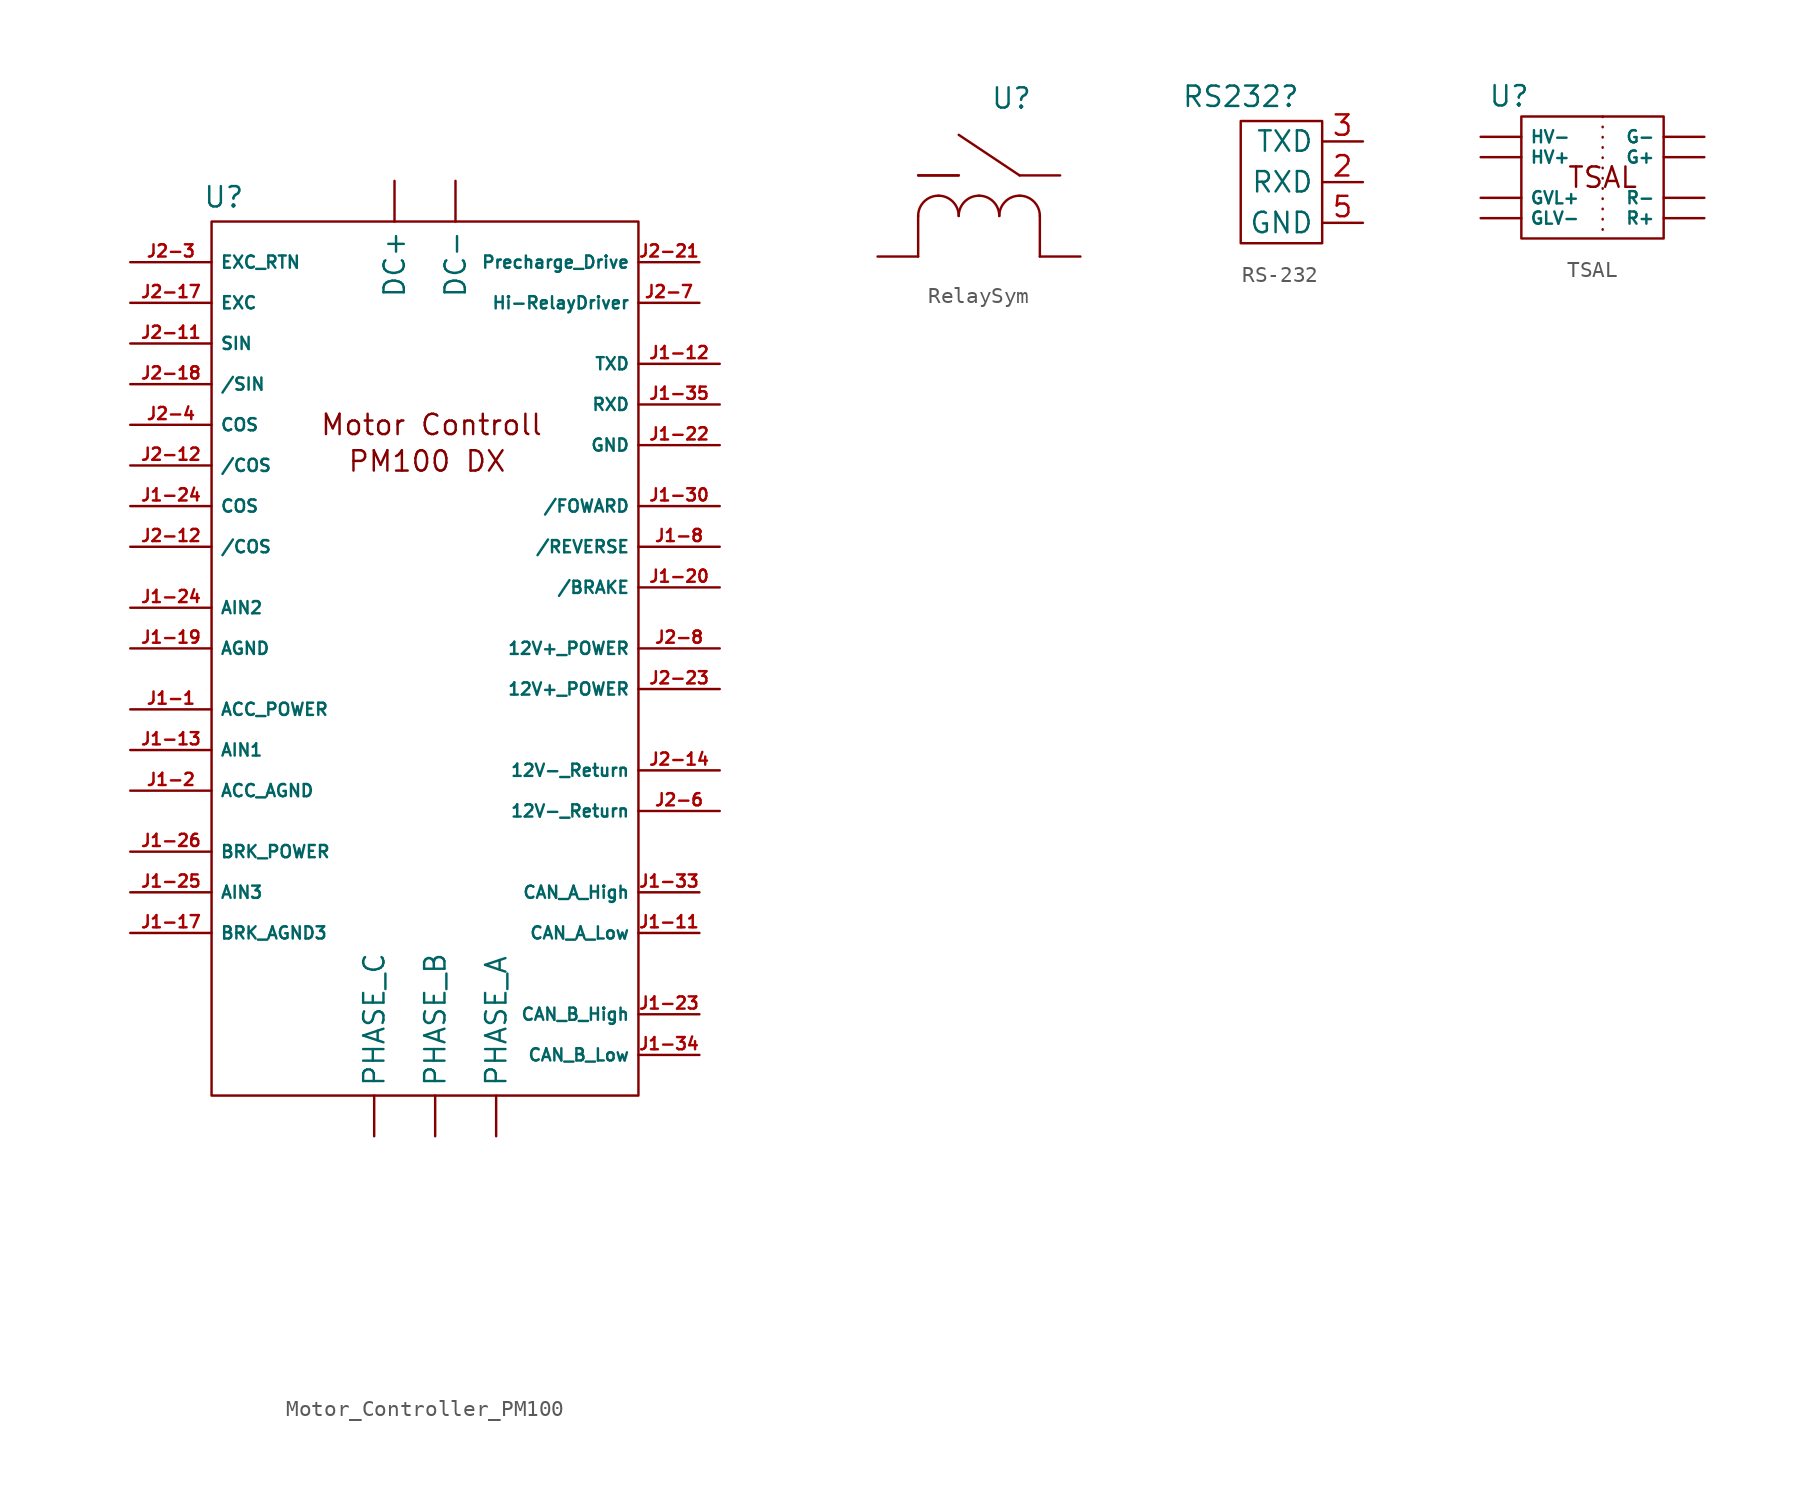
<source format=kicad_sym>
(kicad_symbol_lib
  (version 20231120)
  (generator "kicad_symbol_editor")
  (generator_version "8.0")
  (symbol "Motor_Controller_PM100"
    (property "Reference" "U"
      (at -13.208 24.384 0)
      (effects (font (size 1.27 1.27))))
    (property "Value" ""
      (at -10.16 -43.18 0)
      (effects (font (size 1.27 1.27))))
    (symbol "Motor_Controller_PM100_0_1"
      (rectangle (start -13.97 22.86) (end 12.7 -31.75) (stroke (width 0) (type default)) (fill (type none))))
    (symbol "Motor_Controller_PM100_1_1"
      (text "Motor Controll \n" (at 0.254 10.16 0) (effects (font (size 1.27 1.27))))
      (text "PM100 DX\n\n" (at -0.508 6.858 0) (effects (font (size 1.27 1.27))))
      (pin input line (at -2.54 25.4 270) (length 2.54) (name "DC+" (effects (font (size 1.27 1.27)))) (number "" (effects (font (size 1.27 1.27)))))
      (pin input line (at 1.27 25.4 270) (length 2.54) (name "DC-" (effects (font (size 1.27 1.27)))) (number "" (effects (font (size 1.27 1.27)))))
      (pin output line (at 3.81 -34.29 90) (length 2.54) (name "PHASE_A" (effects (font (size 1.27 1.27)))) (number "" (effects (font (size 1.27 1.27)))))
      (pin output line (at 0 -34.29 90) (length 2.54) (name "PHASE_B" (effects (font (size 1.27 1.27)))) (number "" (effects (font (size 1.27 1.27)))))
      (pin output line (at -3.81 -34.29 90) (length 2.54) (name "PHASE_C" (effects (font (size 1.27 1.27)))) (number "" (effects (font (size 1.27 1.27)))))
      (pin bidirectional line (at -19.05 -7.62 0) (length 5.08) (name "ACC_POWER" (effects (font (size 0.762 0.762)))) (number "J1-1" (effects (font (size 0.762 0.762)))))
      (pin bidirectional line (at 16.51 -21.59 180) (length 3.81) (name "CAN_A_Low" (effects (font (size 0.762 0.762)))) (number "J1-11" (effects (font (size 0.762 0.762)))))
      (pin bidirectional line (at 17.78 13.97 180) (length 5.08) (name "TXD" (effects (font (size 0.762 0.762)))) (number "J1-12" (effects (font (size 0.762 0.762)))))
      (pin bidirectional line (at -19.05 -10.16 0) (length 5.08) (name "AIN1" (effects (font (size 0.762 0.762)))) (number "J1-13" (effects (font (size 0.762 0.762)))))
      (pin bidirectional line (at -19.05 -21.59 0) (length 5.08) (name "BRK_AGND3" (effects (font (size 0.762 0.762)))) (number "J1-17" (effects (font (size 0.762 0.762)))))
      (pin bidirectional line (at -19.05 -3.81 0) (length 5.08) (name "AGND" (effects (font (size 0.762 0.762)))) (number "J1-19" (effects (font (size 0.762 0.762)))))
      (pin bidirectional line (at -19.05 -12.7 0) (length 5.08) (name "ACC_AGND" (effects (font (size 0.762 0.762)))) (number "J1-2" (effects (font (size 0.762 0.762)))))
      (pin input line (at 17.78 0 180) (length 5.08) (name "/BRAKE" (effects (font (size 0.762 0.762)))) (number "J1-20" (effects (font (size 0.762 0.762)))))
      (pin bidirectional line (at 17.78 8.89 180) (length 5.08) (name "GND" (effects (font (size 0.762 0.762)))) (number "J1-22" (effects (font (size 0.762 0.762)))))
      (pin bidirectional line (at 16.51 -26.67 180) (length 3.81) (name "CAN_B_High" (effects (font (size 0.762 0.762)))) (number "J1-23" (effects (font (size 0.762 0.762)))))
      (pin bidirectional line (at -19.05 -1.27 0) (length 5.08) (name "AIN2" (effects (font (size 0.762 0.762)))) (number "J1-24" (effects (font (size 0.762 0.762)))))
      (pin bidirectional line (at -19.05 5.08 0) (length 5.08) (name "COS" (effects (font (size 0.762 0.762)))) (number "J1-24" (effects (font (size 0.762 0.762)))))
      (pin bidirectional line (at -19.05 -19.05 0) (length 5.08) (name "AIN3" (effects (font (size 0.762 0.762)))) (number "J1-25" (effects (font (size 0.762 0.762)))))
      (pin bidirectional line (at -19.05 -16.51 0) (length 5.08) (name "BRK_POWER" (effects (font (size 0.762 0.762)))) (number "J1-26" (effects (font (size 0.762 0.762)))))
      (pin input line (at 17.78 5.08 180) (length 5.08) (name "/FOWARD" (effects (font (size 0.762 0.762)))) (number "J1-30" (effects (font (size 0.762 0.762)))))
      (pin bidirectional line (at 16.51 -19.05 180) (length 3.81) (name "CAN_A_High" (effects (font (size 0.762 0.762)))) (number "J1-33" (effects (font (size 0.762 0.762)))))
      (pin bidirectional line (at 16.51 -29.21 180) (length 3.81) (name "CAN_B_Low" (effects (font (size 0.762 0.762)))) (number "J1-34" (effects (font (size 0.762 0.762)))))
      (pin bidirectional line (at 17.78 11.43 180) (length 5.08) (name "RXD" (effects (font (size 0.762 0.762)))) (number "J1-35" (effects (font (size 0.762 0.762)))))
      (pin input line (at 17.78 2.54 180) (length 5.08) (name "/REVERSE" (effects (font (size 0.762 0.762)))) (number "J1-8" (effects (font (size 0.762 0.762)))))
      (pin bidirectional line (at -19.05 15.24 0) (length 5.08) (name "SIN" (effects (font (size 0.762 0.762)))) (number "J2-11" (effects (font (size 0.762 0.762)))))
      (pin bidirectional line (at -19.05 2.54 0) (length 5.08) (name "/COS" (effects (font (size 0.762 0.762)))) (number "J2-12" (effects (font (size 0.762 0.762)))))
      (pin bidirectional line (at -19.05 7.62 0) (length 5.08) (name "/COS" (effects (font (size 0.762 0.762)))) (number "J2-12" (effects (font (size 0.762 0.762)))))
      (pin bidirectional line (at 17.78 -11.43 180) (length 5.08) (name "12V-_Return" (effects (font (size 0.762 0.762)))) (number "J2-14" (effects (font (size 0.762 0.762)))))
      (pin bidirectional line (at -19.05 17.78 0) (length 5.08) (name "EXC" (effects (font (size 0.762 0.762)))) (number "J2-17" (effects (font (size 0.762 0.762)))))
      (pin bidirectional line (at -19.05 12.7 0) (length 5.08) (name "/SIN" (effects (font (size 0.762 0.762)))) (number "J2-18" (effects (font (size 0.762 0.762)))))
      (pin output line (at 16.51 20.32 180) (length 3.81) (name "Precharge_Drive" (effects (font (size 0.762 0.762)))) (number "J2-21" (effects (font (size 0.762 0.762)))))
      (pin bidirectional line (at 17.78 -6.35 180) (length 5.08) (name "12V+_POWER" (effects (font (size 0.762 0.762)))) (number "J2-23" (effects (font (size 0.762 0.762)))))
      (pin bidirectional line (at -19.05 20.32 0) (length 5.08) (name "EXC_RTN" (effects (font (size 0.762 0.762)))) (number "J2-3" (effects (font (size 0.762 0.762)))))
      (pin bidirectional line (at -19.05 10.16 0) (length 5.08) (name "COS" (effects (font (size 0.762 0.762)))) (number "J2-4" (effects (font (size 0.762 0.762)))))
      (pin bidirectional line (at 17.78 -13.97 180) (length 5.08) (name "12V-_Return" (effects (font (size 0.762 0.762)))) (number "J2-6" (effects (font (size 0.762 0.762)))))
      (pin output line (at 16.51 17.78 180) (length 3.81) (name "Hi-RelayDriver" (effects (font (size 0.762 0.762)))) (number "J2-7" (effects (font (size 0.762 0.762)))))
      (pin bidirectional line (at 17.78 -3.81 180) (length 5.08) (name "12V+_POWER" (effects (font (size 0.762 0.762)))) (number "J2-8" (effects (font (size 0.762 0.762)))))))
  (symbol "RelaySym"
    (property "Reference" "U"
      (at 2.032 4.826 0)
      (effects (font (size 1.27 1.27))))
    (property "Value" ""
      (at -5.08 0 0)
      (effects (font (size 1.27 1.27))))
    (symbol "RelaySym_0_1"
      (arc (start -2.54 -1.27) (mid -3.438 -1.642) (end -3.81 -2.54) (stroke (width 0) (type default)) (fill (type none)))
      (arc (start -1.27 -2.54) (mid -1.642 -1.642) (end -2.54 -1.27) (stroke (width 0) (type default)) (fill (type none)))
      (arc (start 0 -1.27) (mid -0.898 -1.642) (end -1.27 -2.54) (stroke (width 0) (type default)) (fill (type none)))
      (polyline (pts (xy -3.81 -2.54) (xy -3.81 -5.08)) (stroke (width 0) (type default)) (fill (type none)))
      (polyline (pts (xy -1.27 0) (xy -3.81 0)) (stroke (width 0) (type default)) (fill (type none)))
      (polyline (pts (xy 2.54 0) (xy -1.27 2.54)) (stroke (width 0) (type default)) (fill (type none)))
      (polyline (pts (xy 3.81 -2.54) (xy 3.81 -5.08)) (stroke (width 0) (type default)) (fill (type none)))
      (arc (start 1.27 -2.54) (mid 0.898 -1.642) (end 0 -1.27) (stroke (width 0) (type default)) (fill (type none)))
      (arc (start 2.54 -1.27) (mid 1.642 -1.642) (end 1.27 -2.54) (stroke (width 0) (type default)) (fill (type none)))
      (arc (start 3.81 -2.54) (mid 3.438 -1.642) (end 2.54 -1.27) (stroke (width 0) (type default)) (fill (type none))))
    (symbol "RelaySym_1_1"
      (pin bidirectional line (at -6.35 -5.08 0) (length 2.54) (name "" (effects (font (size 0.762 0.762)))) (number "" (effects (font (size 1.27 1.27)))))
      (pin bidirectional line (at -3.81 0 0) (length 2.54) (name "" (effects (font (size 0.762 0.762)))) (number "" (effects (font (size 1.27 1.27)))))
      (pin bidirectional line (at 5.08 0 180) (length 2.54) (name "" (effects (font (size 0.762 0.762)))) (number "" (effects (font (size 1.27 1.27)))))
      (pin bidirectional line (at 6.35 -5.08 180) (length 2.54) (name "" (effects (font (size 0.762 0.762)))) (number "" (effects (font (size 1.27 1.27)))))))
  (symbol "RS-232"
    (property "Reference" "RS232"
      (at 0 1.524 0)
      (effects (font (size 1.27 1.27))))
    (property "Value" ""
      (at 2.54 -1.27 0)
      (effects (font (size 1.27 1.27))))
    (symbol "RS-232_0_1"
      (rectangle (start 0 0) (end 5.08 -7.62) (stroke (width 0) (type default)) (fill (type none))))
    (symbol "RS-232_1_1"
      (pin input line (at 7.62 -3.81 180) (length 2.54) (name "RXD" (effects (font (size 1.27 1.27)))) (number "2" (effects (font (size 1.27 1.27)))))
      (pin input line (at 7.62 -1.27 180) (length 2.54) (name "TXD" (effects (font (size 1.27 1.27)))) (number "3" (effects (font (size 1.27 1.27)))))
      (pin input line (at 7.62 -6.35 180) (length 2.54) (name "GND" (effects (font (size 1.27 1.27)))) (number "5" (effects (font (size 1.27 1.27)))))))
  (symbol "TSAL"
    (property "Reference" "U"
      (at -5.842 3.81 0)
      (effects (font (size 1.27 1.27))))
    (property "Value" ""
      (at -5.842 3.81 0)
      (effects (font (size 1.27 1.27))))
    (symbol "TSAL_0_1"
      (rectangle (start -5.08 2.54) (end 3.81 -5.08) (stroke (width 0) (type default)) (fill (type none))))
    (symbol "TSAL_1_1"
      (polyline (pts (xy 0 2.54) (xy 0 -5.08)) (stroke (width 0) (type dot)) (fill (type none)))
      (text "TSAL\n" (at 0 -1.27 0) (effects (font (size 1.27 1.27))))
      (pin output line (at 6.35 0 180) (length 2.54) (name "G+" (effects (font (size 0.762 0.762)))) (number "" (effects (font (size 0.762 0.762)))))
      (pin output line (at 6.35 1.27 180) (length 2.54) (name "G-" (effects (font (size 0.762 0.762)))) (number "" (effects (font (size 0.762 0.762)))))
      (pin input line (at -7.62 -3.81 0) (length 2.54) (name "GLV-" (effects (font (size 0.762 0.762)))) (number "" (effects (font (size 0.762 0.762)))))
      (pin input line (at -7.62 -2.54 0) (length 2.54) (name "GVL+" (effects (font (size 0.762 0.762)))) (number "" (effects (font (size 0.762 0.762)))))
      (pin input line (at -7.62 0 0) (length 2.54) (name "HV+" (effects (font (size 0.762 0.762)))) (number "" (effects (font (size 0.762 0.762)))))
      (pin input line (at -7.62 1.27 0) (length 2.54) (name "HV-" (effects (font (size 0.762 0.762)))) (number "" (effects (font (size 0.762 0.762)))))
      (pin output line (at 6.35 -3.81 180) (length 2.54) (name "R+" (effects (font (size 0.762 0.762)))) (number "" (effects (font (size 0.762 0.762)))))
      (pin output line (at 6.35 -2.54 180) (length 2.54) (name "R-" (effects (font (size 0.762 0.762)))) (number "" (effects (font (size 0.762 0.762))))))))
</source>
